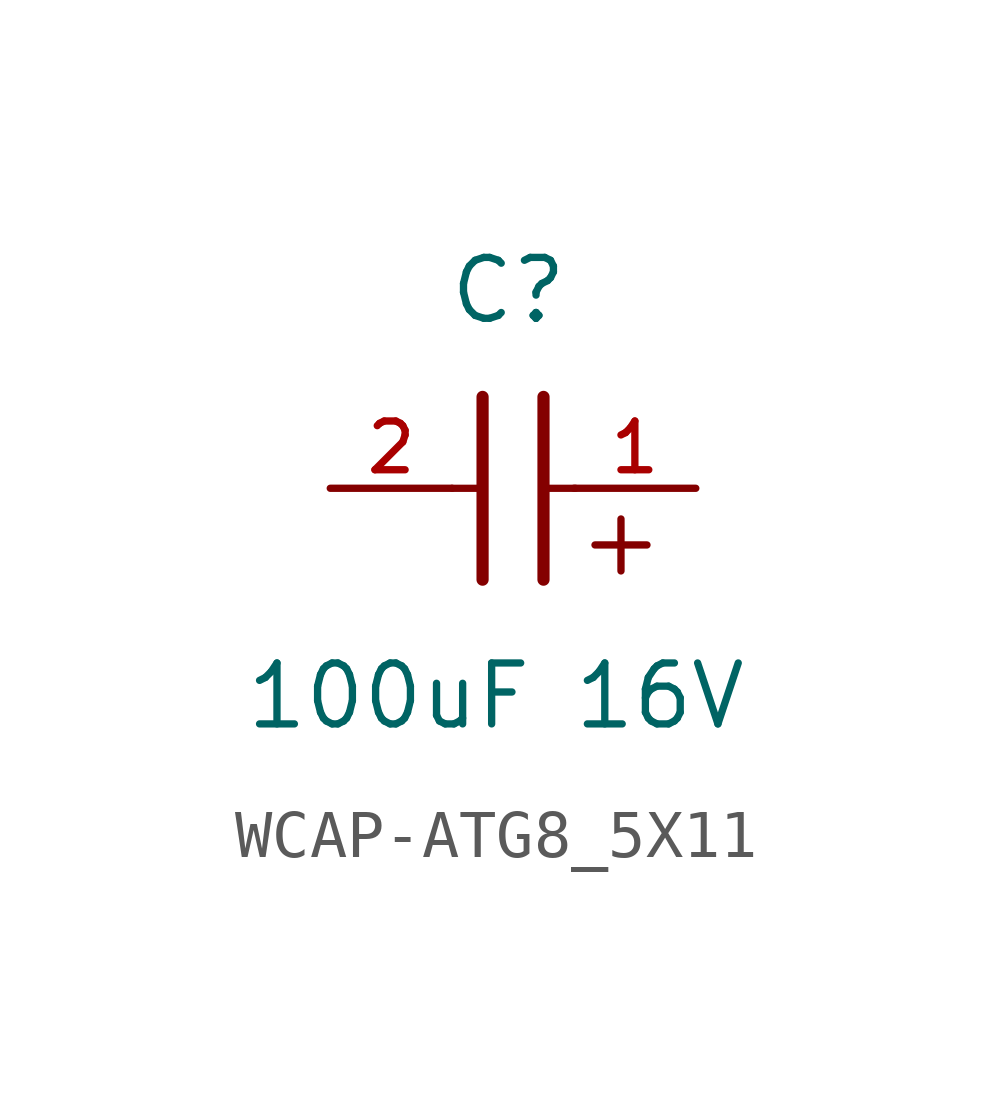
<source format=kicad_sym>
(kicad_symbol_lib
  (version 20211014)
  (generator kicad_symbol_editor)
  (symbol "WCAP-ATG8_5X11"
    (pin_names
      (offset 1.016))
    (property "Reference" "C"
      (at 1.175 3.38 0)
      (effects (font (size 1.27 1.27)) (justify bottom)))
    (property "Value" "100uF 16V"
      (at 0.915 -5.075 0)
      (effects (font (size 1.27 1.27)) (justify bottom)))
    (symbol "WCAP-ATG8_5X11_0_0"
      (text "+" (at 2.54 -1.905 0) (effects (font (size 1.422 1.422)) (justify bottom left)))
      (polyline (pts (xy 1.905 1.905) (xy 1.905 -1.905)) (stroke (width 0.254)))
      (polyline (pts (xy 0.635 -1.905) (xy 0.635 1.905)) (stroke (width 0.254)))
      (polyline (pts (xy 0.0 0.0) (xy 0.643 0.0)) (stroke (width 0.152)))
      (polyline (pts (xy 1.928 0.0) (xy 2.57 0.0)) (stroke (width 0.152)))
      (pin passive line (at 5.08 0.0 180.0) (length 2.54) (name "~" (effects (font (size 1.016 1.016)))) (number "1" (effects (font (size 1.016 1.016)))))
      (pin passive line (at -2.54 0.0 0) (length 2.54) (name "~" (effects (font (size 1.016 1.016)))) (number "2" (effects (font (size 1.016 1.016))))))))
</source>
